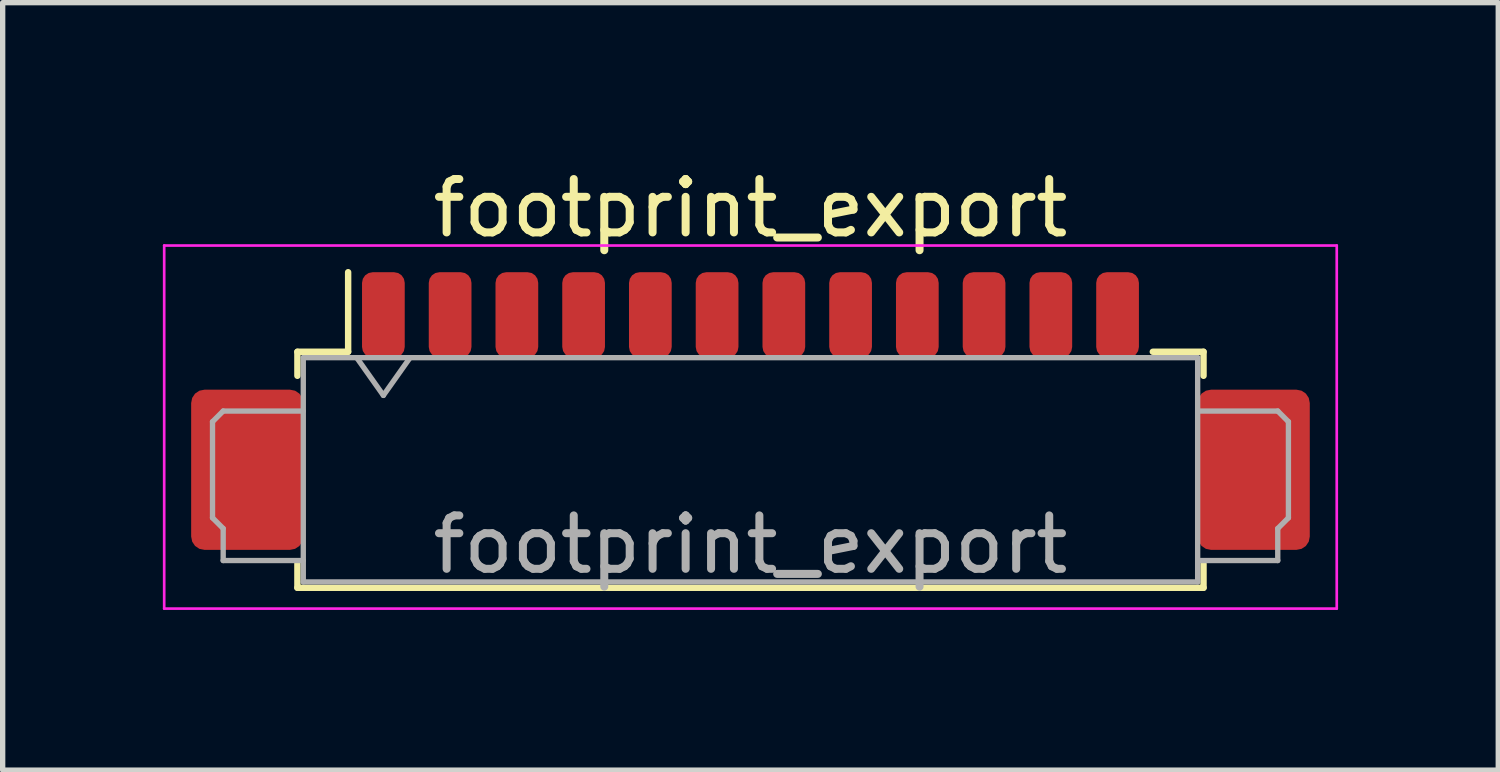
<source format=kicad_pcb>
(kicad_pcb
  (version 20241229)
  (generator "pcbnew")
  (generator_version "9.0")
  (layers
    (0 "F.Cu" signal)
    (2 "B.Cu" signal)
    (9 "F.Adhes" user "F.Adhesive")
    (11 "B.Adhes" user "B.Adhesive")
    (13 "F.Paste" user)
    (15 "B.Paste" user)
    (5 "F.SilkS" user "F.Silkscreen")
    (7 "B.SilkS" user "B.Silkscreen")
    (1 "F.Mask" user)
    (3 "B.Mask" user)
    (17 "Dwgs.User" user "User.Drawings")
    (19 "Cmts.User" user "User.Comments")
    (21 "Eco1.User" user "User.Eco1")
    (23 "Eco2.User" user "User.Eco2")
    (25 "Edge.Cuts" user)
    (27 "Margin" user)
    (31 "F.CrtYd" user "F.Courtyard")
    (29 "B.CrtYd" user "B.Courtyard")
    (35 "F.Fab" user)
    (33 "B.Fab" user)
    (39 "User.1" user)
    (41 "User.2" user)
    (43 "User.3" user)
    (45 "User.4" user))
  (footprint "footprint_export"
    (layer "F.Cu")
    (at 11.005 5.248)
    (property "Reference" "footprint_export" (at 0 -4.4 0) (layer "F.SilkS") (effects (font (size 1 1) (thickness 0.15))))
    (attr smd)
    (fp_line (start -8.485 -1.71) (end -7.535 -1.71) (stroke (width 0.12) (type solid)) (layer "F.SilkS"))
    (fp_line (start -8.485 -1.26) (end -8.485 -1.71) (stroke (width 0.12) (type solid)) (layer "F.SilkS"))
    (fp_line (start -8.485 2.26) (end -8.485 2.71) (stroke (width 0.12) (type solid)) (layer "F.SilkS"))
    (fp_line (start -8.485 2.71) (end 8.485 2.71) (stroke (width 0.12) (type solid)) (layer "F.SilkS"))
    (fp_line (start -7.535 -1.71) (end -7.535 -3.2) (stroke (width 0.12) (type solid)) (layer "F.SilkS"))
    (fp_line (start 8.485 -1.71) (end 7.535 -1.71) (stroke (width 0.12) (type solid)) (layer "F.SilkS"))
    (fp_line (start 8.485 -1.26) (end 8.485 -1.71) (stroke (width 0.12) (type solid)) (layer "F.SilkS"))
    (fp_line (start 8.485 2.71) (end 8.485 2.26) (stroke (width 0.12) (type solid)) (layer "F.SilkS"))
    (fp_line (start -10.98 -3.7) (end -10.98 3.1) (stroke (width 0.05) (type solid)) (layer "F.CrtYd"))
    (fp_line (start -10.98 3.1) (end 10.98 3.1) (stroke (width 0.05) (type solid)) (layer "F.CrtYd"))
    (fp_line (start 10.98 -3.7) (end -10.98 -3.7) (stroke (width 0.05) (type solid)) (layer "F.CrtYd"))
    (fp_line (start 10.98 3.1) (end 10.98 -3.7) (stroke (width 0.05) (type solid)) (layer "F.CrtYd"))
    (fp_line (start -10.075 -0.4) (end -10.075 1.4) (stroke (width 0.1) (type solid)) (layer "F.Fab"))
    (fp_line (start -10.075 1.4) (end -9.875 1.6) (stroke (width 0.1) (type solid)) (layer "F.Fab"))
    (fp_line (start -9.875 -0.6) (end -10.075 -0.4) (stroke (width 0.1) (type solid)) (layer "F.Fab"))
    (fp_line (start -9.875 1.6) (end -9.875 2.2) (stroke (width 0.1) (type solid)) (layer "F.Fab"))
    (fp_line (start -9.875 2.2) (end -8.375 2.2) (stroke (width 0.1) (type solid)) (layer "F.Fab"))
    (fp_line (start -8.375 -1.6) (end -8.375 2.6) (stroke (width 0.1) (type solid)) (layer "F.Fab"))
    (fp_line (start -8.375 -1.6) (end 8.375 -1.6) (stroke (width 0.1) (type solid)) (layer "F.Fab"))
    (fp_line (start -8.375 -0.6) (end -9.875 -0.6) (stroke (width 0.1) (type solid)) (layer "F.Fab"))
    (fp_line (start -8.375 2.6) (end 8.375 2.6) (stroke (width 0.1) (type solid)) (layer "F.Fab"))
    (fp_line (start -7.375 -1.6) (end -6.875 -0.893) (stroke (width 0.1) (type solid)) (layer "F.Fab"))
    (fp_line (start -6.875 -0.893) (end -6.375 -1.6) (stroke (width 0.1) (type solid)) (layer "F.Fab"))
    (fp_line (start 8.375 -1.6) (end 8.375 2.6) (stroke (width 0.1) (type solid)) (layer "F.Fab"))
    (fp_line (start 8.375 -0.6) (end 9.875 -0.6) (stroke (width 0.1) (type solid)) (layer "F.Fab"))
    (fp_line (start 9.875 -0.6) (end 10.075 -0.4) (stroke (width 0.1) (type solid)) (layer "F.Fab"))
    (fp_line (start 9.875 1.6) (end 9.875 2.2) (stroke (width 0.1) (type solid)) (layer "F.Fab"))
    (fp_line (start 9.875 2.2) (end 8.375 2.2) (stroke (width 0.1) (type solid)) (layer "F.Fab"))
    (fp_line (start 10.075 -0.4) (end 10.075 1.4) (stroke (width 0.1) (type solid)) (layer "F.Fab"))
    (fp_line (start 10.075 1.4) (end 9.875 1.6) (stroke (width 0.1) (type solid)) (layer "F.Fab"))
    (fp_text user "${REFERENCE}" (at 0 1.9 0) (layer "F.Fab") (effects (font (size 1 1) (thickness 0.15))))
    (pad "1" smd roundrect (at -6.875 -2.4) (size 0.8 1.6) (layers "F.Cu" "F.Mask" "F.Paste") (roundrect_rratio 0.25))
    (pad "2" smd roundrect (at -5.625 -2.4) (size 0.8 1.6) (layers "F.Cu" "F.Mask" "F.Paste") (roundrect_rratio 0.25))
    (pad "3" smd roundrect (at -4.375 -2.4) (size 0.8 1.6) (layers "F.Cu" "F.Mask" "F.Paste") (roundrect_rratio 0.25))
    (pad "4" smd roundrect (at -3.125 -2.4) (size 0.8 1.6) (layers "F.Cu" "F.Mask" "F.Paste") (roundrect_rratio 0.25))
    (pad "5" smd roundrect (at -1.875 -2.4) (size 0.8 1.6) (layers "F.Cu" "F.Mask" "F.Paste") (roundrect_rratio 0.25))
    (pad "6" smd roundrect (at -0.625 -2.4) (size 0.8 1.6) (layers "F.Cu" "F.Mask" "F.Paste") (roundrect_rratio 0.25))
    (pad "7" smd roundrect (at 0.625 -2.4) (size 0.8 1.6) (layers "F.Cu" "F.Mask" "F.Paste") (roundrect_rratio 0.25))
    (pad "8" smd roundrect (at 1.875 -2.4) (size 0.8 1.6) (layers "F.Cu" "F.Mask" "F.Paste") (roundrect_rratio 0.25))
    (pad "9" smd roundrect (at 3.125 -2.4) (size 0.8 1.6) (layers "F.Cu" "F.Mask" "F.Paste") (roundrect_rratio 0.25))
    (pad "10" smd roundrect (at 4.375 -2.4) (size 0.8 1.6) (layers "F.Cu" "F.Mask" "F.Paste") (roundrect_rratio 0.25))
    (pad "11" smd roundrect (at 5.625 -2.4) (size 0.8 1.6) (layers "F.Cu" "F.Mask" "F.Paste") (roundrect_rratio 0.25))
    (pad "12" smd roundrect (at 6.875 -2.4) (size 0.8 1.6) (layers "F.Cu" "F.Mask" "F.Paste") (roundrect_rratio 0.25))
    (pad "MP" smd roundrect (at -9.425 0.5) (size 2.1 3) (layers "F.Cu" "F.Mask" "F.Paste") (roundrect_rratio 0.119))
    (pad "MP" smd roundrect (at 9.425 0.5) (size 2.1 3) (layers "F.Cu" "F.Mask" "F.Paste") (roundrect_rratio 0.119)))
  (gr_rect
    (start -3 -3)
    (end 25.01 11.373)
    (stroke (width 0.1) (type default))
    (fill no)
    (layer "Edge.Cuts")))
</source>
